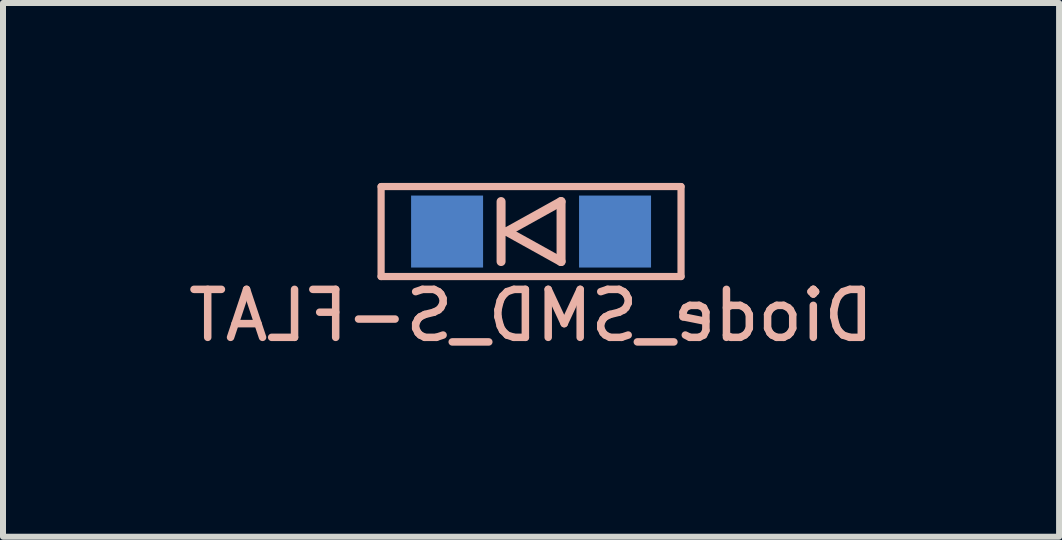
<source format=kicad_pcb>
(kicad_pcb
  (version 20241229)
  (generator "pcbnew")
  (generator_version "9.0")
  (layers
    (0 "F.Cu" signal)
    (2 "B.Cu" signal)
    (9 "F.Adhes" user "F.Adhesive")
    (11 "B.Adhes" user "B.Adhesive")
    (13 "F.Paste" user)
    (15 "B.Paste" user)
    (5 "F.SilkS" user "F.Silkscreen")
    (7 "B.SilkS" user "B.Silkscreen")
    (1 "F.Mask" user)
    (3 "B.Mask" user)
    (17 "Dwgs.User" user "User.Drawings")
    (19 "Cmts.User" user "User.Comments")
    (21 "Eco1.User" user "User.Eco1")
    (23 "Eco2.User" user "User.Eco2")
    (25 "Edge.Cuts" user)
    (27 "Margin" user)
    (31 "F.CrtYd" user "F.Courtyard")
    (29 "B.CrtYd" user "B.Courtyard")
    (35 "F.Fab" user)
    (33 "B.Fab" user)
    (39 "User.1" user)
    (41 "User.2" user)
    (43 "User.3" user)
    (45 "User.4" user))
  (footprint "Diode_SMD_S-FLAT"
    (layer "F.Cu")
    (at 5.803 0.81)
    (property "Reference" "Diode_SMD_S-FLAT" (at 0 1.4 0) (layer "B.SilkS") (effects (font (size 0.8 0.8) (thickness 0.125)) (justify mirror)))
    (attr smd)
    (fp_line (start -2.5 -0.75) (end -2.5 0.75) (stroke (width 0.12) (type solid)) (layer "B.SilkS"))
    (fp_line (start -2.5 0.75) (end 2.5 0.75) (stroke (width 0.12) (type solid)) (layer "B.SilkS"))
    (fp_line (start -0.5 -0.5) (end -0.5 0.5) (stroke (width 0.15) (type solid)) (layer "B.SilkS"))
    (fp_line (start -0.4 0) (end 0.5 -0.5) (stroke (width 0.15) (type solid)) (layer "B.SilkS"))
    (fp_line (start 0.5 -0.5) (end 0.5 0.5) (stroke (width 0.15) (type solid)) (layer "B.SilkS"))
    (fp_line (start 0.5 0.5) (end -0.4 0) (stroke (width 0.15) (type solid)) (layer "B.SilkS"))
    (fp_line (start 2.5 -0.75) (end -2.5 -0.75) (stroke (width 0.12) (type solid)) (layer "B.SilkS"))
    (fp_line (start 2.5 0.75) (end 2.5 -0.75) (stroke (width 0.12) (type solid)) (layer "B.SilkS"))
    (pad "1" smd rect (at -1.4 0) (size 1.2 1.2) (layers "B.Cu" "B.Mask" "B.Paste"))
    (pad "2" smd rect (at 1.4 0) (size 1.2 1.2) (layers "B.Cu" "B.Mask" "B.Paste")))
  (gr_rect
    (start -3 -3)
    (end 14.605 5.897)
    (stroke (width 0.1) (type default))
    (fill no)
    (layer "Edge.Cuts")))
</source>
